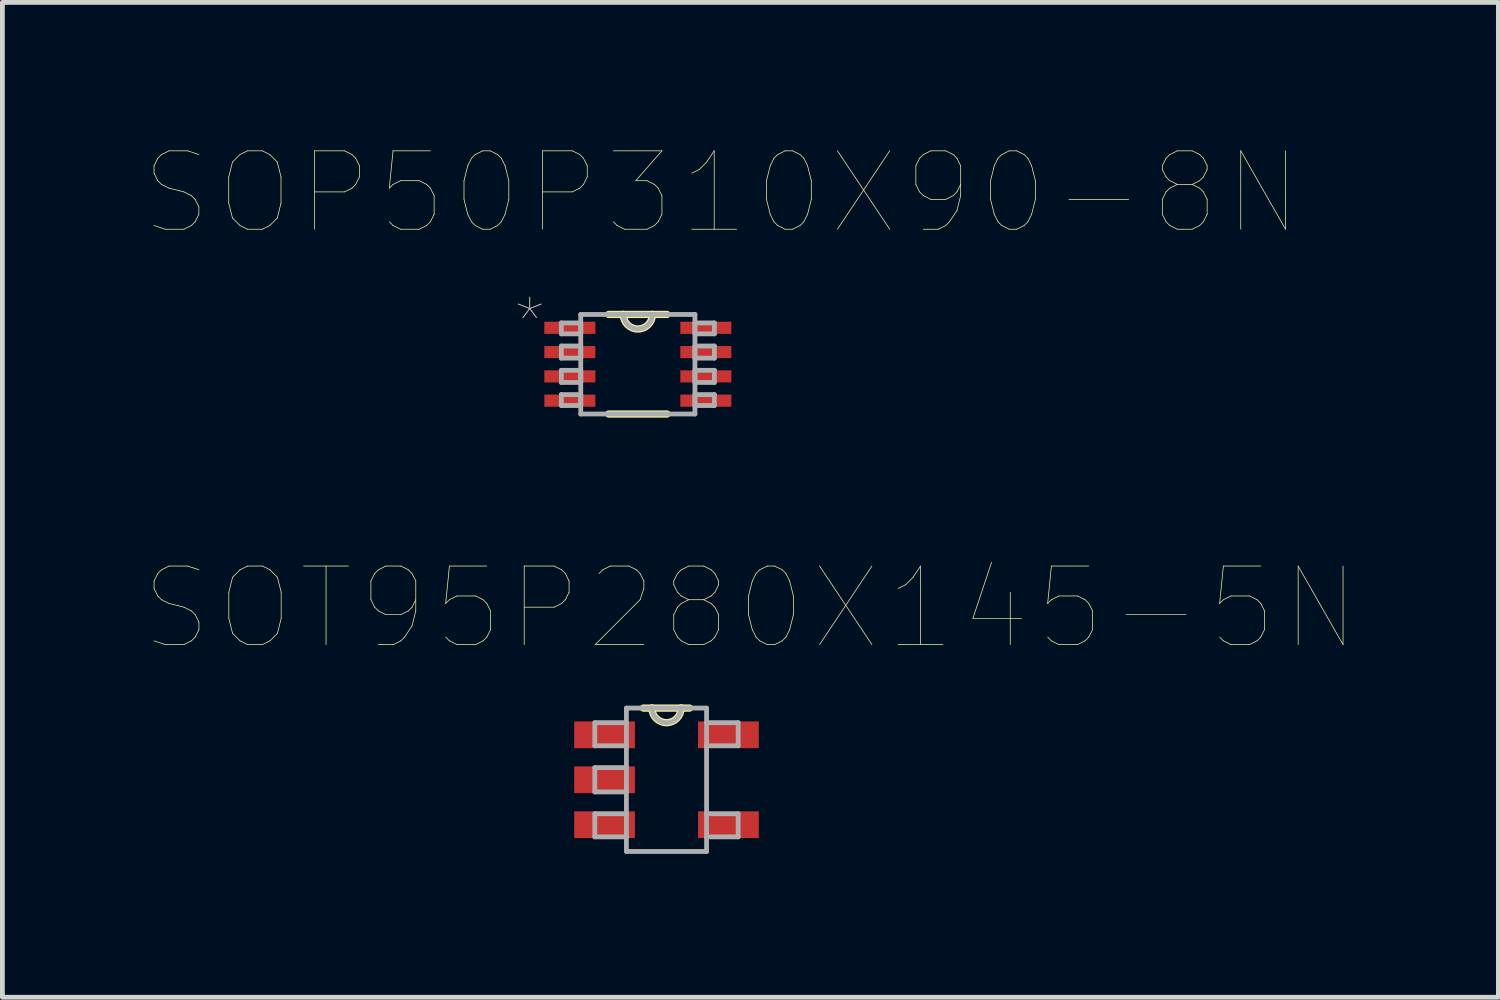
<source format=kicad_pcb>
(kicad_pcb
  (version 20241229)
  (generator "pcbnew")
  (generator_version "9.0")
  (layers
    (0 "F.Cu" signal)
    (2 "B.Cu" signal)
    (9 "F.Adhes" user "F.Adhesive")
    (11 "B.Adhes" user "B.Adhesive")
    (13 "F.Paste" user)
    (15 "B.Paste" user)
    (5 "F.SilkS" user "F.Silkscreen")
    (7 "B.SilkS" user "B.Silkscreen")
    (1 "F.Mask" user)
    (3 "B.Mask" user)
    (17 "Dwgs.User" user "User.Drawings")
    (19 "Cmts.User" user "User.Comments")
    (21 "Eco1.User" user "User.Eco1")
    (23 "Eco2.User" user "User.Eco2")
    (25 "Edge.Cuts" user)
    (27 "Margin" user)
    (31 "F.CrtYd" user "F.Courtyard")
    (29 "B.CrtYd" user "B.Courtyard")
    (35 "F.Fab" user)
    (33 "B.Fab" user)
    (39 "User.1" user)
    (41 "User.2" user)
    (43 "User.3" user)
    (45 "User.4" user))
  (footprint "SOT95P280X145-5N"
    (layer "F.Cu")
    (at 10.888 13.257)
    (property "Reference" "SOT95P280X145-5N" (at 1.755 -3.586 0) (layer "F.SilkS") (effects (font (size 1.642 1.642) (thickness 0.015))))
    (attr through_hole)
    (fp_line (start -0.305 -1.499) (end -0.483 -1.499) (stroke (width 0.152) (type solid)) (layer "F.SilkS"))
    (fp_line (start 0.305 -1.499) (end -0.305 -1.499) (stroke (width 0.152) (type solid)) (layer "F.SilkS"))
    (fp_line (start 0.483 -1.499) (end 0.305 -1.499) (stroke (width 0.152) (type solid)) (layer "F.SilkS"))
    (fp_arc (start 0.3048 -1.4986) (mid 0 -1.1938) (end -0.3048 -1.4986) (stroke (width 0.1524) (type solid)) (layer "F.SilkS"))
    (fp_line (start -1.499 -1.194) (end -1.499 -0.711) (stroke (width 0.1) (type solid)) (layer "F.Fab"))
    (fp_line (start -1.499 -0.711) (end -0.838 -0.711) (stroke (width 0.1) (type solid)) (layer "F.Fab"))
    (fp_line (start -1.499 -0.254) (end -1.499 0.254) (stroke (width 0.1) (type solid)) (layer "F.Fab"))
    (fp_line (start -1.499 0.254) (end -0.838 0.254) (stroke (width 0.1) (type solid)) (layer "F.Fab"))
    (fp_line (start -1.499 0.711) (end -1.499 1.194) (stroke (width 0.1) (type solid)) (layer "F.Fab"))
    (fp_line (start -1.499 1.194) (end -0.838 1.194) (stroke (width 0.1) (type solid)) (layer "F.Fab"))
    (fp_line (start -0.838 -1.499) (end -0.838 -1.194) (stroke (width 0.1) (type solid)) (layer "F.Fab"))
    (fp_line (start -0.838 -1.194) (end -1.499 -1.194) (stroke (width 0.1) (type solid)) (layer "F.Fab"))
    (fp_line (start -0.838 -1.194) (end -0.838 -0.711) (stroke (width 0.1) (type solid)) (layer "F.Fab"))
    (fp_line (start -0.838 -0.711) (end -0.838 -0.254) (stroke (width 0.1) (type solid)) (layer "F.Fab"))
    (fp_line (start -0.838 -0.254) (end -1.499 -0.254) (stroke (width 0.1) (type solid)) (layer "F.Fab"))
    (fp_line (start -0.838 -0.254) (end -0.838 0.254) (stroke (width 0.1) (type solid)) (layer "F.Fab"))
    (fp_line (start -0.838 0.254) (end -0.838 0.711) (stroke (width 0.1) (type solid)) (layer "F.Fab"))
    (fp_line (start -0.838 0.711) (end -1.499 0.711) (stroke (width 0.1) (type solid)) (layer "F.Fab"))
    (fp_line (start -0.838 1.194) (end -0.838 0.711) (stroke (width 0.1) (type solid)) (layer "F.Fab"))
    (fp_line (start -0.838 1.499) (end -0.838 1.194) (stroke (width 0.1) (type solid)) (layer "F.Fab"))
    (fp_line (start -0.838 1.499) (end 0.838 1.499) (stroke (width 0.1) (type solid)) (layer "F.Fab"))
    (fp_line (start -0.305 -1.499) (end -0.838 -1.499) (stroke (width 0.1) (type solid)) (layer "F.Fab"))
    (fp_line (start 0.305 -1.499) (end -0.305 -1.499) (stroke (width 0.1) (type solid)) (layer "F.Fab"))
    (fp_line (start 0.838 -1.499) (end 0.305 -1.499) (stroke (width 0.1) (type solid)) (layer "F.Fab"))
    (fp_line (start 0.838 -1.499) (end 0.838 -1.194) (stroke (width 0.1) (type solid)) (layer "F.Fab"))
    (fp_line (start 0.838 -1.194) (end 0.838 -0.711) (stroke (width 0.1) (type solid)) (layer "F.Fab"))
    (fp_line (start 0.838 -0.711) (end 1.499 -0.711) (stroke (width 0.1) (type solid)) (layer "F.Fab"))
    (fp_line (start 0.838 0.711) (end 0.838 -0.711) (stroke (width 0.1) (type solid)) (layer "F.Fab"))
    (fp_line (start 0.838 1.194) (end 0.838 0.711) (stroke (width 0.1) (type solid)) (layer "F.Fab"))
    (fp_line (start 0.838 1.194) (end 1.499 1.194) (stroke (width 0.1) (type solid)) (layer "F.Fab"))
    (fp_line (start 0.838 1.499) (end 0.838 1.194) (stroke (width 0.1) (type solid)) (layer "F.Fab"))
    (fp_line (start 1.499 -1.194) (end 0.838 -1.194) (stroke (width 0.1) (type solid)) (layer "F.Fab"))
    (fp_line (start 1.499 -0.711) (end 1.499 -1.194) (stroke (width 0.1) (type solid)) (layer "F.Fab"))
    (fp_line (start 1.499 0.711) (end 0.838 0.711) (stroke (width 0.1) (type solid)) (layer "F.Fab"))
    (fp_line (start 1.499 1.194) (end 1.499 0.711) (stroke (width 0.1) (type solid)) (layer "F.Fab"))
    (fp_arc (start 0.3048 -1.4986) (mid 0 -1.1938) (end -0.3048 -1.4986) (stroke (width 0.1) (type solid)) (layer "F.Fab"))
    (pad "1" smd rect (at -1.295 -0.94) (size 1.27 0.559) (layers "F.Cu" "F.Mask" "F.Paste"))
    (pad "2" smd rect (at -1.295 0) (size 1.27 0.559) (layers "F.Cu" "F.Mask" "F.Paste"))
    (pad "3" smd rect (at -1.295 0.94) (size 1.27 0.559) (layers "F.Cu" "F.Mask" "F.Paste"))
    (pad "4" smd rect (at 1.295 0.94) (size 1.27 0.559) (layers "F.Cu" "F.Mask" "F.Paste"))
    (pad "5" smd rect (at 1.295 -0.94) (size 1.27 0.559) (layers "F.Cu" "F.Mask" "F.Paste")))
  (footprint "SOP50P310X90-8N"
    (layer "F.Cu")
    (at 10.289 4.567)
    (property "Reference" "SOP50P310X90-8N" (at 1.753 -3.581 0) (layer "F.SilkS") (effects (font (size 1.64 1.64) (thickness 0.015))))
    (attr through_hole)
    (fp_line (start -0.61 1.041) (end 0.61 1.041) (stroke (width 0.152) (type solid)) (layer "F.SilkS"))
    (fp_line (start -0.305 -1.041) (end -0.61 -1.041) (stroke (width 0.152) (type solid)) (layer "F.SilkS"))
    (fp_line (start 0.305 -1.041) (end -0.305 -1.041) (stroke (width 0.152) (type solid)) (layer "F.SilkS"))
    (fp_line (start 0.61 -1.041) (end 0.305 -1.041) (stroke (width 0.152) (type solid)) (layer "F.SilkS"))
    (fp_arc (start 0.3048 -1.0414) (mid 0 -0.7366) (end -0.3048 -1.0414) (stroke (width 0.1524) (type solid)) (layer "F.SilkS"))
    (fp_line (start -1.6 -0.864) (end -1.6 -0.635) (stroke (width 0.1) (type solid)) (layer "F.Fab"))
    (fp_line (start -1.6 -0.635) (end -1.194 -0.635) (stroke (width 0.1) (type solid)) (layer "F.Fab"))
    (fp_line (start -1.6 -0.381) (end -1.6 -0.127) (stroke (width 0.1) (type solid)) (layer "F.Fab"))
    (fp_line (start -1.6 -0.127) (end -1.194 -0.127) (stroke (width 0.1) (type solid)) (layer "F.Fab"))
    (fp_line (start -1.6 0.127) (end -1.6 0.381) (stroke (width 0.1) (type solid)) (layer "F.Fab"))
    (fp_line (start -1.6 0.381) (end -1.194 0.381) (stroke (width 0.1) (type solid)) (layer "F.Fab"))
    (fp_line (start -1.6 0.635) (end -1.6 0.864) (stroke (width 0.1) (type solid)) (layer "F.Fab"))
    (fp_line (start -1.6 0.864) (end -1.194 0.864) (stroke (width 0.1) (type solid)) (layer "F.Fab"))
    (fp_line (start -1.194 -1.041) (end -1.194 1.041) (stroke (width 0.1) (type solid)) (layer "F.Fab"))
    (fp_line (start -1.194 -0.864) (end -1.6 -0.864) (stroke (width 0.1) (type solid)) (layer "F.Fab"))
    (fp_line (start -1.194 -0.635) (end -1.194 -0.864) (stroke (width 0.1) (type solid)) (layer "F.Fab"))
    (fp_line (start -1.194 -0.381) (end -1.6 -0.381) (stroke (width 0.1) (type solid)) (layer "F.Fab"))
    (fp_line (start -1.194 -0.127) (end -1.194 -0.381) (stroke (width 0.1) (type solid)) (layer "F.Fab"))
    (fp_line (start -1.194 0.127) (end -1.6 0.127) (stroke (width 0.1) (type solid)) (layer "F.Fab"))
    (fp_line (start -1.194 0.381) (end -1.194 0.127) (stroke (width 0.1) (type solid)) (layer "F.Fab"))
    (fp_line (start -1.194 0.635) (end -1.6 0.635) (stroke (width 0.1) (type solid)) (layer "F.Fab"))
    (fp_line (start -1.194 0.864) (end -1.194 0.635) (stroke (width 0.1) (type solid)) (layer "F.Fab"))
    (fp_line (start -1.194 1.041) (end 1.194 1.041) (stroke (width 0.1) (type solid)) (layer "F.Fab"))
    (fp_line (start -0.305 -1.041) (end -1.194 -1.041) (stroke (width 0.1) (type solid)) (layer "F.Fab"))
    (fp_line (start 0.305 -1.041) (end -0.305 -1.041) (stroke (width 0.1) (type solid)) (layer "F.Fab"))
    (fp_line (start 1.194 -1.041) (end 0.305 -1.041) (stroke (width 0.1) (type solid)) (layer "F.Fab"))
    (fp_line (start 1.194 -0.864) (end 1.194 -0.635) (stroke (width 0.1) (type solid)) (layer "F.Fab"))
    (fp_line (start 1.194 -0.635) (end 1.6 -0.635) (stroke (width 0.1) (type solid)) (layer "F.Fab"))
    (fp_line (start 1.194 -0.381) (end 1.194 -0.127) (stroke (width 0.1) (type solid)) (layer "F.Fab"))
    (fp_line (start 1.194 -0.127) (end 1.6 -0.127) (stroke (width 0.1) (type solid)) (layer "F.Fab"))
    (fp_line (start 1.194 0.127) (end 1.194 0.381) (stroke (width 0.1) (type solid)) (layer "F.Fab"))
    (fp_line (start 1.194 0.381) (end 1.6 0.381) (stroke (width 0.1) (type solid)) (layer "F.Fab"))
    (fp_line (start 1.194 0.635) (end 1.194 0.864) (stroke (width 0.1) (type solid)) (layer "F.Fab"))
    (fp_line (start 1.194 0.864) (end 1.6 0.864) (stroke (width 0.1) (type solid)) (layer "F.Fab"))
    (fp_line (start 1.194 1.041) (end 1.194 -1.041) (stroke (width 0.1) (type solid)) (layer "F.Fab"))
    (fp_line (start 1.6 -0.864) (end 1.194 -0.864) (stroke (width 0.1) (type solid)) (layer "F.Fab"))
    (fp_line (start 1.6 -0.635) (end 1.6 -0.864) (stroke (width 0.1) (type solid)) (layer "F.Fab"))
    (fp_line (start 1.6 -0.381) (end 1.194 -0.381) (stroke (width 0.1) (type solid)) (layer "F.Fab"))
    (fp_line (start 1.6 -0.127) (end 1.6 -0.381) (stroke (width 0.1) (type solid)) (layer "F.Fab"))
    (fp_line (start 1.6 0.127) (end 1.194 0.127) (stroke (width 0.1) (type solid)) (layer "F.Fab"))
    (fp_line (start 1.6 0.381) (end 1.6 0.127) (stroke (width 0.1) (type solid)) (layer "F.Fab"))
    (fp_line (start 1.6 0.635) (end 1.194 0.635) (stroke (width 0.1) (type solid)) (layer "F.Fab"))
    (fp_line (start 1.6 0.864) (end 1.6 0.635) (stroke (width 0.1) (type solid)) (layer "F.Fab"))
    (fp_arc (start 0.3048 -1.0414) (mid 0 -0.7366) (end -0.3048 -1.0414) (stroke (width 0.1) (type solid)) (layer "F.Fab"))
    (fp_text user "*" (at -2.261 -0.864 0) (layer "F.SilkS") (effects (font (size 1 1) (thickness 0.015))))
    (fp_text user "*" (at -2.261 -0.864 0) (layer "F.Fab") (effects (font (size 1 1) (thickness 0.015))))
    (pad "1" smd rect (at -1.422 -0.762) (size 1.067 0.254) (layers "F.Cu" "F.Mask" "F.Paste"))
    (pad "2" smd rect (at -1.422 -0.254) (size 1.067 0.254) (layers "F.Cu" "F.Mask" "F.Paste"))
    (pad "3" smd rect (at -1.422 0.254) (size 1.067 0.254) (layers "F.Cu" "F.Mask" "F.Paste"))
    (pad "4" smd rect (at -1.422 0.762) (size 1.067 0.254) (layers "F.Cu" "F.Mask" "F.Paste"))
    (pad "5" smd rect (at 1.422 0.762) (size 1.067 0.254) (layers "F.Cu" "F.Mask" "F.Paste"))
    (pad "6" smd rect (at 1.422 0.254) (size 1.067 0.254) (layers "F.Cu" "F.Mask" "F.Paste"))
    (pad "7" smd rect (at 1.422 -0.254) (size 1.067 0.254) (layers "F.Cu" "F.Mask" "F.Paste"))
    (pad "8" smd rect (at 1.422 -0.762) (size 1.067 0.254) (layers "F.Cu" "F.Mask" "F.Paste")))
  (gr_rect
    (start -3 -3)
    (end 28.285 17.806)
    (stroke (width 0.1) (type default))
    (fill no)
    (layer "Edge.Cuts")))
</source>
